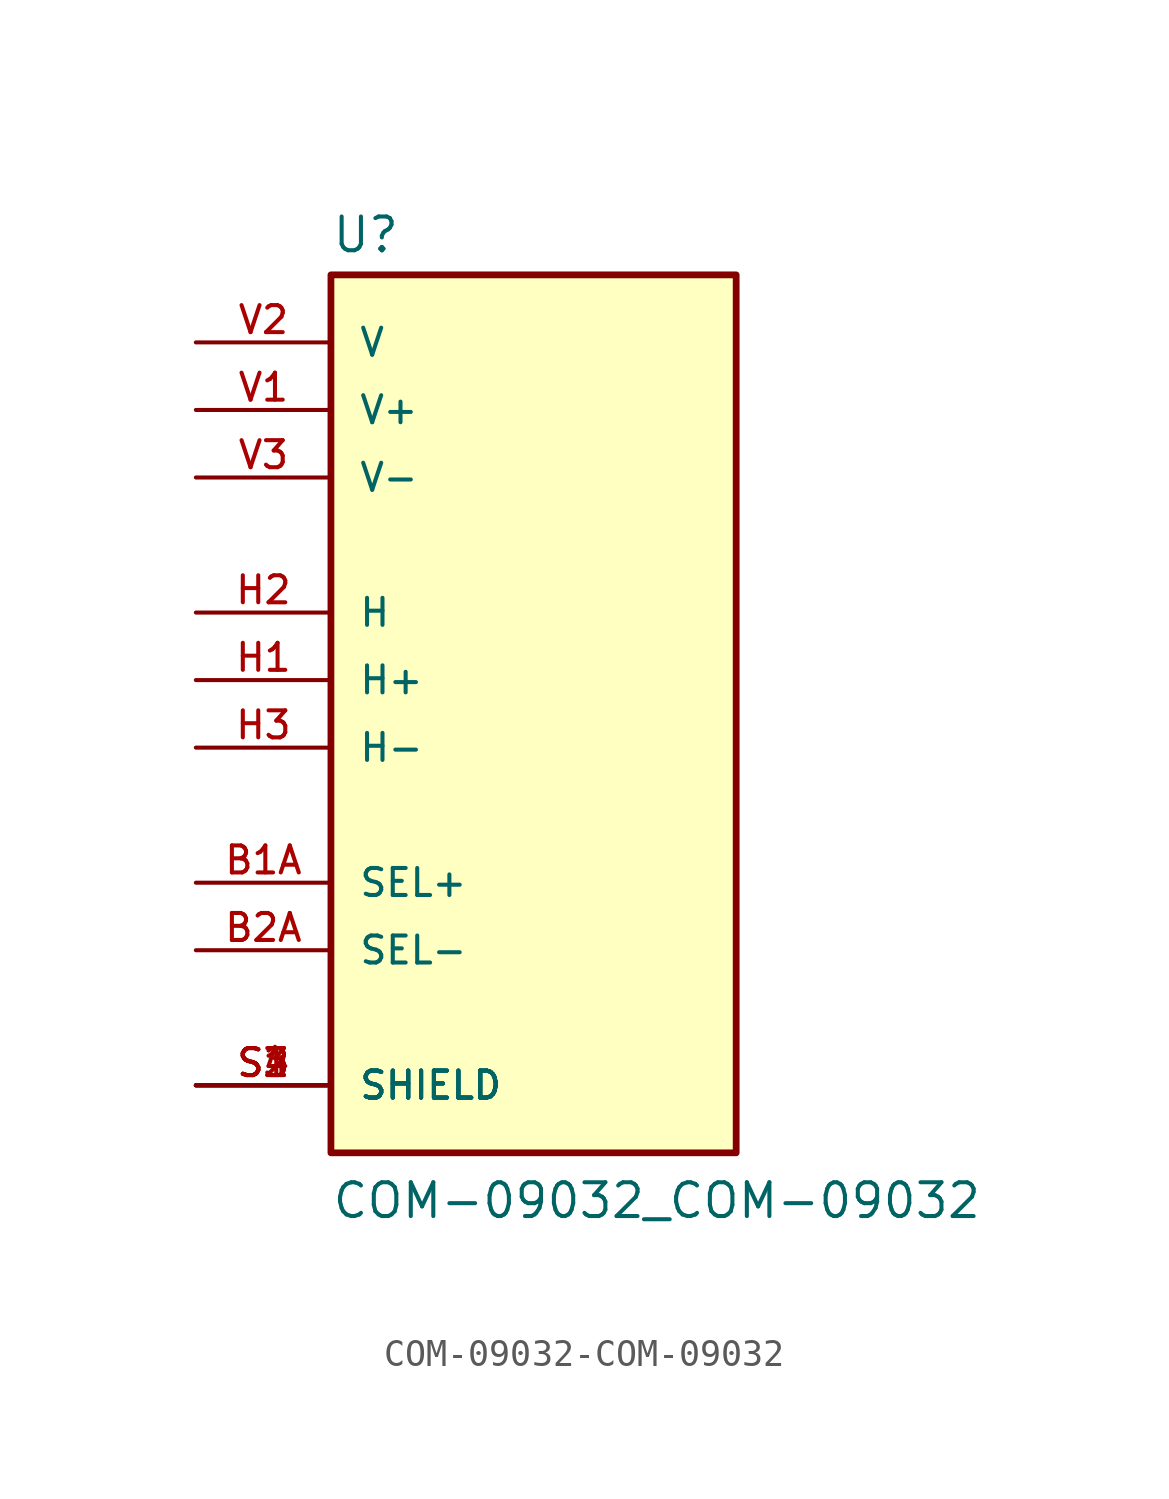
<source format=kicad_sym>
(kicad_symbol_lib
  (version 20220914)
  (generator kicad_symbol_editor)
  (symbol "COM-09032-COM-09032"
    (pin_names
      (offset 1.016))
    (property "Reference" "U"
      (at -7.62 16.002 0)
      (effects (font (size 1.27 1.27)) (justify left bottom)))
    (property "Value" "COM-09032_COM-09032"
      (at -7.62 -20.32 0)
      (effects (font (size 1.27 1.27)) (justify left bottom)))
    (property "ki_locked" ""
      (at 0 0 0)
      (effects (font (size 1.27 1.27))))
    (symbol "COM-09032-COM-09032_0_0"
      (rectangle (start -7.62 -17.78) (end 7.62 15.24) (stroke (width 0.254) (type solid)) (fill (type background)))
      (pin passive line (at -12.7 -7.62 0) (length 5.08) (name "SEL+" (effects (font (size 1.016 1.016)))) (number "B1A" (effects (font (size 1.016 1.016)))))
      (pin passive line (at -12.7 -10.16 0) (length 5.08) (name "SEL-" (effects (font (size 1.016 1.016)))) (number "B2A" (effects (font (size 1.016 1.016)))))
      (pin passive line (at -12.7 0 0) (length 5.08) (name "H+" (effects (font (size 1.016 1.016)))) (number "H1" (effects (font (size 1.016 1.016)))))
      (pin passive line (at -12.7 2.54 0) (length 5.08) (name "H" (effects (font (size 1.016 1.016)))) (number "H2" (effects (font (size 1.016 1.016)))))
      (pin passive line (at -12.7 -2.54 0) (length 5.08) (name "H-" (effects (font (size 1.016 1.016)))) (number "H3" (effects (font (size 1.016 1.016)))))
      (pin passive line (at -12.7 -15.24 0) (length 5.08) (name "SHIELD" (effects (font (size 1.016 1.016)))) (number "S1" (effects (font (size 1.016 1.016)))))
      (pin passive line (at -12.7 -15.24 0) (length 5.08) (name "SHIELD" (effects (font (size 1.016 1.016)))) (number "S2" (effects (font (size 1.016 1.016)))))
      (pin passive line (at -12.7 -15.24 0) (length 5.08) (name "SHIELD" (effects (font (size 1.016 1.016)))) (number "S3" (effects (font (size 1.016 1.016)))))
      (pin passive line (at -12.7 -15.24 0) (length 5.08) (name "SHIELD" (effects (font (size 1.016 1.016)))) (number "S4" (effects (font (size 1.016 1.016)))))
      (pin passive line (at -12.7 10.16 0) (length 5.08) (name "V+" (effects (font (size 1.016 1.016)))) (number "V1" (effects (font (size 1.016 1.016)))))
      (pin passive line (at -12.7 12.7 0) (length 5.08) (name "V" (effects (font (size 1.016 1.016)))) (number "V2" (effects (font (size 1.016 1.016)))))
      (pin passive line (at -12.7 7.62 0) (length 5.08) (name "V-" (effects (font (size 1.016 1.016)))) (number "V3" (effects (font (size 1.016 1.016))))))))
</source>
